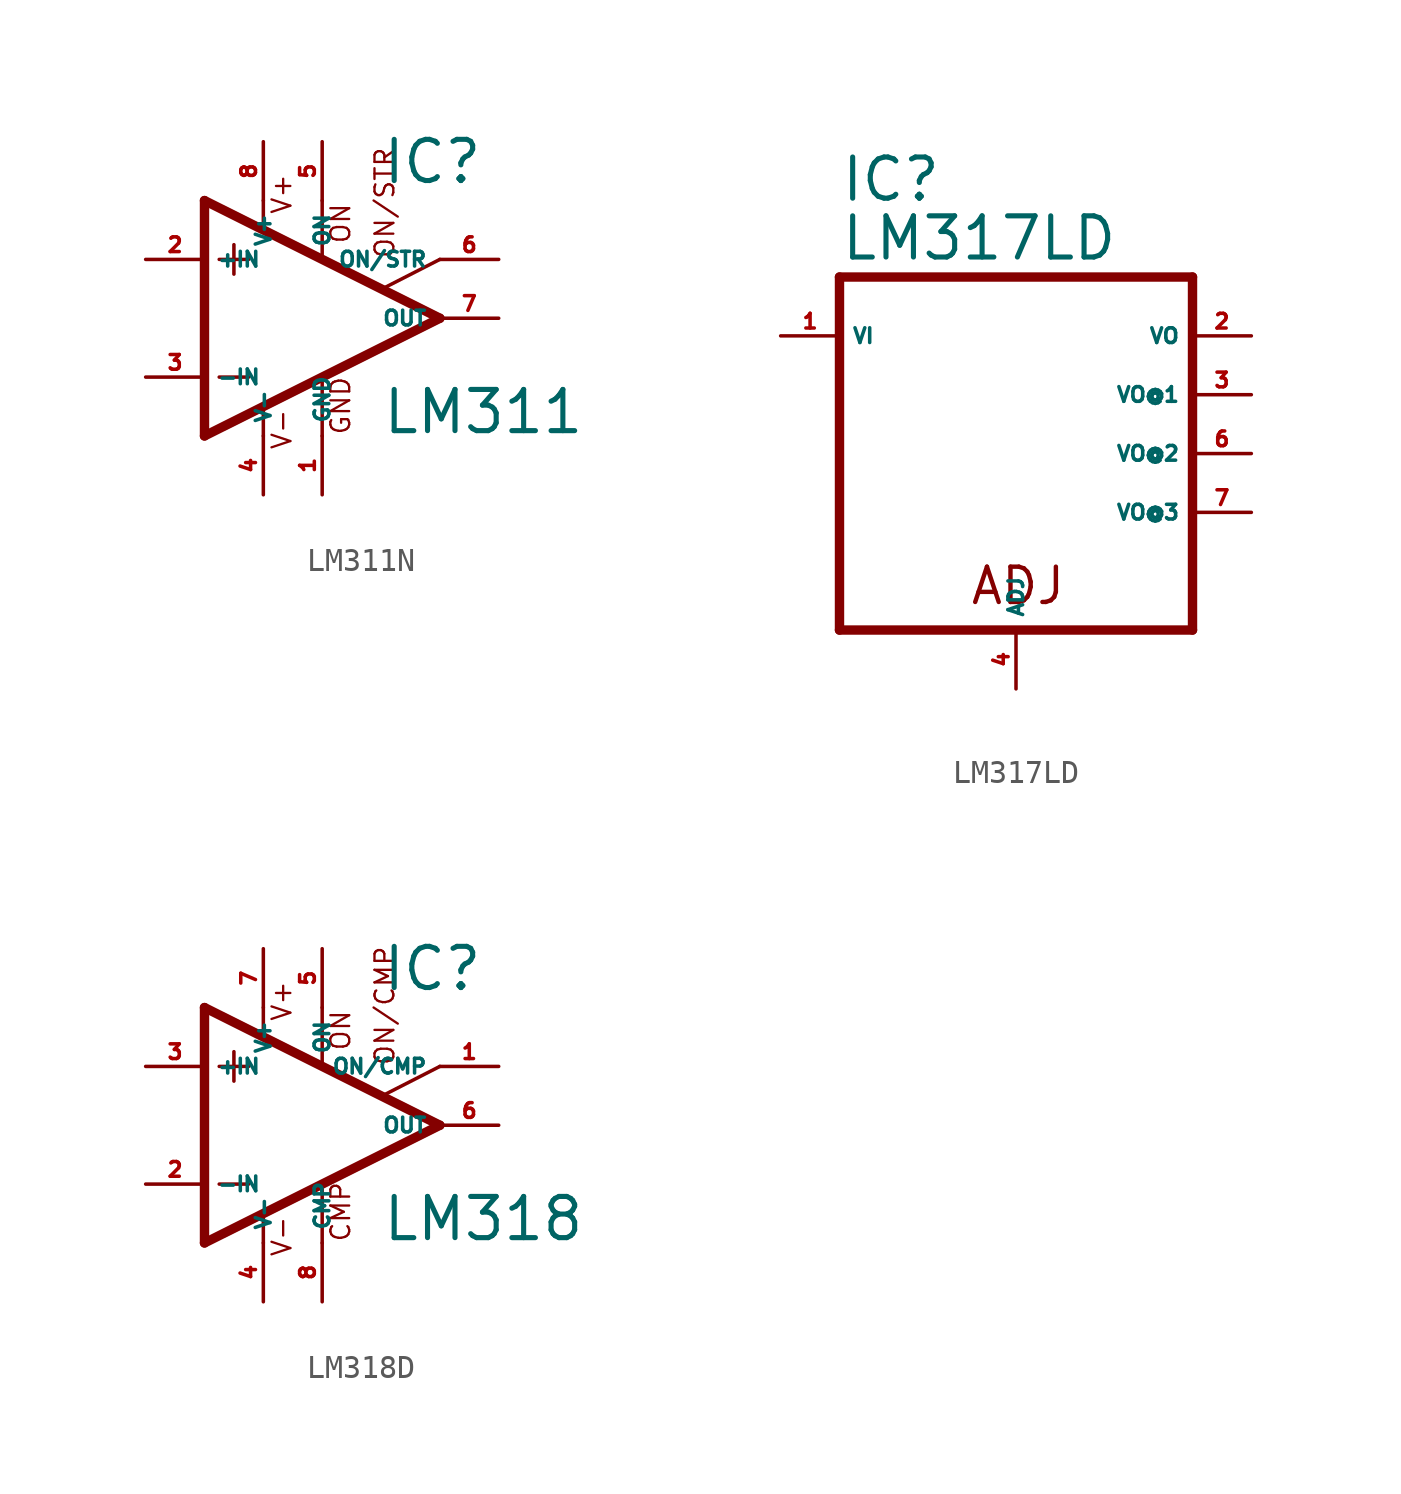
<source format=kicad_sym>
(kicad_symbol_lib
  (version 20220914)
  (generator Eagle2Kicad)
  (symbol "LM311N"
    (property "Reference" "IC"
      (at 2.54 5.715 0)
      (effects (font (size 1.778 1.778) (thickness 0.22)) (justify left bottom)))
    (property "Value" "LM311"
      (at 2.54 -5.08 0)
      (effects (font (size 1.778 1.778) (thickness 0.22)) (justify left bottom)))
    (polyline
      (pts (xy -3.81 3.175) (xy -3.81 1.905))
      (stroke (width 0.152) (type default))
      (fill (type none)))
    (polyline
      (pts (xy -4.445 2.54) (xy -3.175 2.54))
      (stroke (width 0.152) (type default))
      (fill (type none)))
    (polyline
      (pts (xy -4.445 -2.54) (xy -3.175 -2.54))
      (stroke (width 0.152) (type default))
      (fill (type none)))
    (polyline
      (pts (xy -5.08 5.08) (xy -5.08 -5.08))
      (stroke (width 0.406) (type default))
      (fill (type none)))
    (polyline
      (pts (xy -2.54 5.08) (xy -2.54 3.886))
      (stroke (width 0.152) (type default))
      (fill (type none)))
    (polyline
      (pts (xy 0 5.08) (xy 0 2.616))
      (stroke (width 0.152) (type default))
      (fill (type none)))
    (polyline
      (pts (xy 0 -5.08) (xy 0 -2.616))
      (stroke (width 0.152) (type default))
      (fill (type none)))
    (polyline
      (pts (xy 2.642 1.295) (xy 5.08 2.54))
      (stroke (width 0.152) (type default))
      (fill (type none)))
    (polyline
      (pts (xy -5.08 5.08) (xy 5.08 0))
      (stroke (width 0.406) (type default))
      (fill (type none)))
    (polyline
      (pts (xy -2.54 -3.886) (xy -2.54 -5.08))
      (stroke (width 0.152) (type default))
      (fill (type none)))
    (polyline
      (pts (xy -5.08 -5.08) (xy 5.08 0))
      (stroke (width 0.406) (type default))
      (fill (type none)))
    (text "ON"
      (at 1.27 3.175 900)
      (effects (font (size 0.813 0.813) (thickness 0.10)) (justify left bottom)))
    (text "ON/STR"
      (at 3.175 2.54 900)
      (effects (font (size 0.813 0.813) (thickness 0.10)) (justify left bottom)))
    (text "GND"
      (at 1.27 -5.08 900)
      (effects (font (size 0.813 0.813) (thickness 0.10)) (justify left bottom)))
    (text "V+"
      (at -1.27 4.445 900)
      (effects (font (size 0.813 0.813) (thickness 0.10)) (justify left bottom)))
    (text "V-"
      (at -1.27 -5.715 900)
      (effects (font (size 0.813 0.813) (thickness 0.10)) (justify left bottom)))
    (pin passive line
      (at 7.62 2.54 180)
      (length 2.54)
      (name "ON/STR" (effects (font (size 0.635 0.635) (thickness 0.08)) (justify left bottom)))
      (number "6" (effects (font (size 0.635 0.635) (thickness 0.08)) (justify left bottom))))
    (pin input line
      (at -7.62 -2.54 0)
      (length 2.54)
      (name "-IN" (effects (font (size 0.635 0.635) (thickness 0.08)) (justify left bottom)))
      (number "3" (effects (font (size 0.635 0.635) (thickness 0.08)) (justify left bottom))))
    (pin input line
      (at -7.62 2.54 0)
      (length 2.54)
      (name "+IN" (effects (font (size 0.635 0.635) (thickness 0.08)) (justify left bottom)))
      (number "2" (effects (font (size 0.635 0.635) (thickness 0.08)) (justify left bottom))))
    (pin passive line
      (at 0 7.62 270)
      (length 2.54)
      (name "ON" (effects (font (size 0.635 0.635) (thickness 0.08)) (justify left bottom)))
      (number "5" (effects (font (size 0.635 0.635) (thickness 0.08)) (justify left bottom))))
    (pin output line
      (at 7.62 0 180)
      (length 2.54)
      (name "OUT" (effects (font (size 0.635 0.635) (thickness 0.08)) (justify left bottom)))
      (number "7" (effects (font (size 0.635 0.635) (thickness 0.08)) (justify left bottom))))
    (pin passive line
      (at 0 -7.62 90)
      (length 2.54)
      (name "GND" (effects (font (size 0.635 0.635) (thickness 0.08)) (justify left bottom)))
      (number "1" (effects (font (size 0.635 0.635) (thickness 0.08)) (justify left bottom))))
    (pin unspecified line
      (at -2.54 7.62 270)
      (length 2.54)
      (name "V+" (effects (font (size 0.635 0.635) (thickness 0.08)) (justify left bottom)))
      (number "8" (effects (font (size 0.635 0.635) (thickness 0.08)) (justify left bottom))))
    (pin unspecified line
      (at -2.54 -7.62 90)
      (length 2.54)
      (name "V-" (effects (font (size 0.635 0.635) (thickness 0.08)) (justify left bottom)))
      (number "4" (effects (font (size 0.635 0.635) (thickness 0.08)) (justify left bottom)))))
  (symbol "LM317LD"
    (property "Reference" "IC"
      (at -7.62 8.255 0)
      (effects (font (size 1.778 1.778) (thickness 0.22)) (justify left bottom)))
    (property "Value" "LM317LD"
      (at -7.62 5.715 0)
      (effects (font (size 1.778 1.778) (thickness 0.22)) (justify left bottom)))
    (polyline
      (pts (xy -7.62 -10.16) (xy 7.62 -10.16))
      (stroke (width 0.406) (type default))
      (fill (type none)))
    (polyline
      (pts (xy 7.62 -10.16) (xy 7.62 5.08))
      (stroke (width 0.406) (type default))
      (fill (type none)))
    (polyline
      (pts (xy 7.62 5.08) (xy -7.62 5.08))
      (stroke (width 0.406) (type default))
      (fill (type none)))
    (polyline
      (pts (xy -7.62 5.08) (xy -7.62 -10.16))
      (stroke (width 0.406) (type default))
      (fill (type none)))
    (text "ADJ"
      (at -2.032 -9.144 0)
      (effects (font (size 1.524 1.524) (thickness 0.19)) (justify left bottom)))
    (pin input line
      (at -10.16 2.54 0)
      (length 2.54)
      (name "VI" (effects (font (size 0.635 0.635) (thickness 0.08)) (justify left bottom)))
      (number "1" (effects (font (size 0.635 0.635) (thickness 0.08)) (justify left bottom))))
    (pin input line
      (at 0 -12.7 90)
      (length 2.54)
      (name "ADJ" (effects (font (size 0.635 0.635) (thickness 0.08)) (justify left bottom)))
      (number "4" (effects (font (size 0.635 0.635) (thickness 0.08)) (justify left bottom))))
    (pin passive line
      (at 10.16 2.54 180)
      (length 2.54)
      (name "VO" (effects (font (size 0.635 0.635) (thickness 0.08)) (justify left bottom)))
      (number "2" (effects (font (size 0.635 0.635) (thickness 0.08)) (justify left bottom))))
    (pin passive line
      (at 10.16 0 180)
      (length 2.54)
      (name "VO@1" (effects (font (size 0.635 0.635) (thickness 0.08)) (justify left bottom)))
      (number "3" (effects (font (size 0.635 0.635) (thickness 0.08)) (justify left bottom))))
    (pin passive line
      (at 10.16 -2.54 180)
      (length 2.54)
      (name "VO@2" (effects (font (size 0.635 0.635) (thickness 0.08)) (justify left bottom)))
      (number "6" (effects (font (size 0.635 0.635) (thickness 0.08)) (justify left bottom))))
    (pin passive line
      (at 10.16 -5.08 180)
      (length 2.54)
      (name "VO@3" (effects (font (size 0.635 0.635) (thickness 0.08)) (justify left bottom)))
      (number "7" (effects (font (size 0.635 0.635) (thickness 0.08)) (justify left bottom)))))
  (symbol "LM318D"
    (property "Reference" "IC"
      (at 2.54 5.715 0)
      (effects (font (size 1.778 1.778) (thickness 0.22)) (justify left bottom)))
    (property "Value" "LM318"
      (at 2.54 -5.08 0)
      (effects (font (size 1.778 1.778) (thickness 0.22)) (justify left bottom)))
    (polyline
      (pts (xy -3.81 3.175) (xy -3.81 1.905))
      (stroke (width 0.152) (type default))
      (fill (type none)))
    (polyline
      (pts (xy -4.445 2.54) (xy -3.175 2.54))
      (stroke (width 0.152) (type default))
      (fill (type none)))
    (polyline
      (pts (xy -4.445 -2.54) (xy -3.175 -2.54))
      (stroke (width 0.152) (type default))
      (fill (type none)))
    (polyline
      (pts (xy -5.08 5.08) (xy -5.08 -5.08))
      (stroke (width 0.406) (type default))
      (fill (type none)))
    (polyline
      (pts (xy -2.54 5.08) (xy -2.54 3.886))
      (stroke (width 0.152) (type default))
      (fill (type none)))
    (polyline
      (pts (xy 0 5.08) (xy 0 2.616))
      (stroke (width 0.152) (type default))
      (fill (type none)))
    (polyline
      (pts (xy 0 -5.08) (xy 0 -2.616))
      (stroke (width 0.152) (type default))
      (fill (type none)))
    (polyline
      (pts (xy 2.692 1.321) (xy 5.08 2.54))
      (stroke (width 0.152) (type default))
      (fill (type none)))
    (polyline
      (pts (xy -5.08 5.08) (xy 5.08 0))
      (stroke (width 0.406) (type default))
      (fill (type none)))
    (polyline
      (pts (xy -2.54 -3.886) (xy -2.54 -5.08))
      (stroke (width 0.152) (type default))
      (fill (type none)))
    (polyline
      (pts (xy -5.08 -5.08) (xy 5.08 0))
      (stroke (width 0.406) (type default))
      (fill (type none)))
    (text "ON"
      (at 1.27 3.175 900)
      (effects (font (size 0.813 0.813) (thickness 0.10)) (justify left bottom)))
    (text "CMP"
      (at 1.27 -5.08 900)
      (effects (font (size 0.813 0.813) (thickness 0.10)) (justify left bottom)))
    (text "ON/CMP"
      (at 3.175 2.54 900)
      (effects (font (size 0.813 0.813) (thickness 0.10)) (justify left bottom)))
    (text "V+"
      (at -1.27 4.445 900)
      (effects (font (size 0.813 0.813) (thickness 0.10)) (justify left bottom)))
    (text "V-"
      (at -1.27 -5.715 900)
      (effects (font (size 0.813 0.813) (thickness 0.10)) (justify left bottom)))
    (pin passive line
      (at 7.62 2.54 180)
      (length 2.54)
      (name "ON/CMP" (effects (font (size 0.635 0.635) (thickness 0.08)) (justify left bottom)))
      (number "1" (effects (font (size 0.635 0.635) (thickness 0.08)) (justify left bottom))))
    (pin input line
      (at -7.62 -2.54 0)
      (length 2.54)
      (name "-IN" (effects (font (size 0.635 0.635) (thickness 0.08)) (justify left bottom)))
      (number "2" (effects (font (size 0.635 0.635) (thickness 0.08)) (justify left bottom))))
    (pin input line
      (at -7.62 2.54 0)
      (length 2.54)
      (name "+IN" (effects (font (size 0.635 0.635) (thickness 0.08)) (justify left bottom)))
      (number "3" (effects (font (size 0.635 0.635) (thickness 0.08)) (justify left bottom))))
    (pin passive line
      (at 0 7.62 270)
      (length 2.54)
      (name "ON" (effects (font (size 0.635 0.635) (thickness 0.08)) (justify left bottom)))
      (number "5" (effects (font (size 0.635 0.635) (thickness 0.08)) (justify left bottom))))
    (pin output line
      (at 7.62 0 180)
      (length 2.54)
      (name "OUT" (effects (font (size 0.635 0.635) (thickness 0.08)) (justify left bottom)))
      (number "6" (effects (font (size 0.635 0.635) (thickness 0.08)) (justify left bottom))))
    (pin passive line
      (at 0 -7.62 90)
      (length 2.54)
      (name "CMP" (effects (font (size 0.635 0.635) (thickness 0.08)) (justify left bottom)))
      (number "8" (effects (font (size 0.635 0.635) (thickness 0.08)) (justify left bottom))))
    (pin unspecified line
      (at -2.54 7.62 270)
      (length 2.54)
      (name "V+" (effects (font (size 0.635 0.635) (thickness 0.08)) (justify left bottom)))
      (number "7" (effects (font (size 0.635 0.635) (thickness 0.08)) (justify left bottom))))
    (pin unspecified line
      (at -2.54 -7.62 90)
      (length 2.54)
      (name "V-" (effects (font (size 0.635 0.635) (thickness 0.08)) (justify left bottom)))
      (number "4" (effects (font (size 0.635 0.635) (thickness 0.08)) (justify left bottom))))))
</source>
